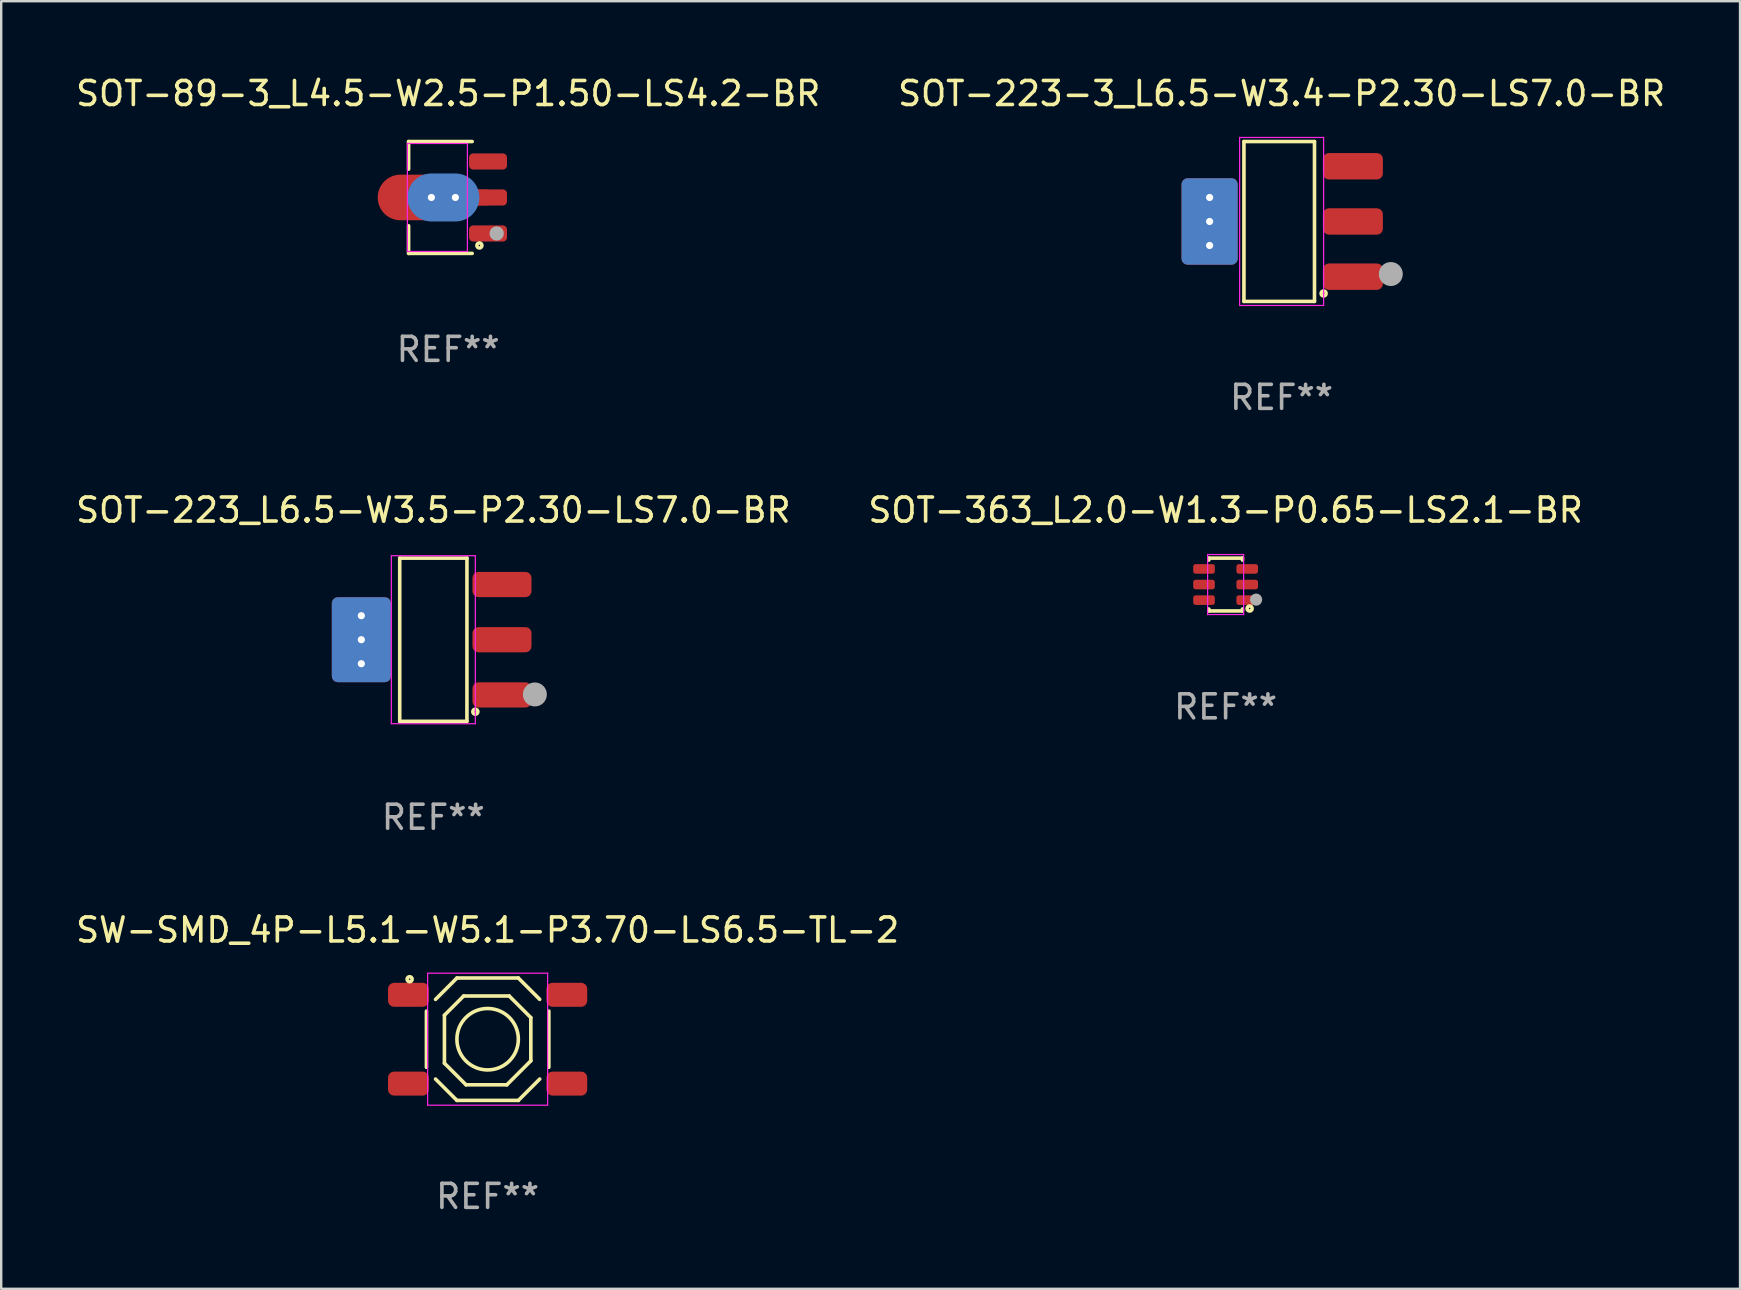
<source format=kicad_pcb>
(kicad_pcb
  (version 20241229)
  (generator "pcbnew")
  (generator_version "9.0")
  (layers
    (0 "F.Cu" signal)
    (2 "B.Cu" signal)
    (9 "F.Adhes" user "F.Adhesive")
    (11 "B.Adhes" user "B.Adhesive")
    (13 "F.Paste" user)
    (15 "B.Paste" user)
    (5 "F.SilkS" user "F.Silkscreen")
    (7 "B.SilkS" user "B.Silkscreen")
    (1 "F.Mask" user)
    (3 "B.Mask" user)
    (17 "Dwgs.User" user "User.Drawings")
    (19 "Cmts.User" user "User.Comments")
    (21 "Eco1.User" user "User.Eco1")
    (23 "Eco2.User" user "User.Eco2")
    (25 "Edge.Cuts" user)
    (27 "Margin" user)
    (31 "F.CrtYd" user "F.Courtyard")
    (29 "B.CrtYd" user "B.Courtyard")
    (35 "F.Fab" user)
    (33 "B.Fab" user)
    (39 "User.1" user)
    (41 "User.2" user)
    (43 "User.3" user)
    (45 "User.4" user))
  (footprint "SOT-89-3_L4.5-W2.5-P1.50-LS4.2-BR"
    (layer "F.Cu")
    (at 15.925 5.178)
    (property "Reference" "SOT-89-3_L4.5-W2.5-P1.50-LS4.2-BR" (at -0.3 -4.33 0) (layer "F.SilkS") (effects (font (size 1 1) (thickness 0.15))))
    (attr smd)
    (fp_line (start -1.95 -2.33) (end -1.95 -1.18) (stroke (width 0.15) (type solid)) (layer "F.SilkS"))
    (fp_line (start -1.95 2.33) (end -1.95 1.18) (stroke (width 0.15) (type solid)) (layer "F.SilkS"))
    (fp_line (start 0.7 -2.33) (end -1.95 -2.33) (stroke (width 0.15) (type solid)) (layer "F.SilkS"))
    (fp_line (start 0.7 2.33) (end -1.95 2.33) (stroke (width 0.15) (type solid)) (layer "F.SilkS"))
    (fp_circle (center 1 2) (end 1.03 2) (stroke (width 0.15) (type solid)) (fill no) (layer "F.SilkS"))
    (fp_line (start -2 -2.25) (end -2 2.25) (stroke (width 0.05) (type default)) (layer "F.CrtYd"))
    (fp_line (start -2 2.25) (end 0.5 2.25) (stroke (width 0.05) (type default)) (layer "F.CrtYd"))
    (fp_line (start 0.5 -2.25) (end -2 -2.25) (stroke (width 0.05) (type default)) (layer "F.CrtYd"))
    (fp_line (start 0.5 2.25) (end 0.5 -2.25) (stroke (width 0.05) (type default)) (layer "F.CrtYd"))
    (fp_circle (center 1.72 1.5) (end 1.87 1.5) (stroke (width 0.3) (type solid)) (fill no) (layer "F.Fab"))
    (fp_text user "REF**" (at -0.3 6.33 0) (layer "F.Fab") (effects (font (size 1 1) (thickness 0.15))))
    (pad "1" smd roundrect (at 1.36 1.5) (size 1.58 0.67) (layers "F.Cu" "F.Mask" "F.Paste") (roundrect_rratio 0.25))
    (pad "2" smd custom (at -1.36 0) (size 0.1 0.1) (layers "F.Cu" "F.Mask" "F.Paste") (options (anchor circle)) (primitives (gr_poly (pts (xy -0.927 -0.95) (xy 0.927 -0.95) (xy 0.972 -0.949) (xy 1.016 -0.946) (xy 1.06 -0.941) (xy 1.104 -0.933) (xy 1.148 -0.924) (xy 1.191 -0.913) (xy 1.233 -0.899) (xy 1.275 -0.884) (xy 1.316 -0.867) (xy 1.357 -0.847) (xy 1.396 -0.826) (xy 1.434 -0.803) (xy 1.471 -0.779) (xy 1.507 -0.753) (xy 1.542 -0.725) (xy 1.575 -0.695) (xy 1.607 -0.664) (xy 1.637 -0.631) (xy 1.666 -0.597) (xy 1.693 -0.562) (xy 1.719 -0.525) (xy 1.742 -0.488) (xy 1.764 -0.449) (xy 1.785 -0.409) (xy 1.803 -0.33) (xy 2.7 -0.33) (xy 2.7 0.33) (xy 1.803 0.33) (xy 1.785 0.409) (xy 1.764 0.449) (xy 1.742 0.488) (xy 1.719 0.526) (xy 1.693 0.562) (xy 1.666 0.597) (xy 1.637 0.631) (xy 1.607 0.664) (xy 1.575 0.695) (xy 1.542 0.725) (xy 1.507 0.753) (xy 1.471 0.779) (xy 1.434 0.804) (xy 1.396 0.826) (xy 1.357 0.848) (xy 1.316 0.867) (xy 1.275 0.884) (xy 1.233 0.899) (xy 1.191 0.913) (xy 1.148 0.924) (xy 1.104 0.933) (xy 1.06 0.941) (xy 1.016 0.946) (xy 0.972 0.949) (xy 0.927 0.95) (xy -0.927 0.95) (xy -0.972 0.949) (xy -1.016 0.946) (xy -1.06 0.941) (xy -1.104 0.933) (xy -1.148 0.924) (xy -1.191 0.913) (xy -1.233 0.899) (xy -1.275 0.884) (xy -1.316 0.867) (xy -1.356 0.848) (xy -1.396 0.826) (xy -1.434 0.804) (xy -1.471 0.779) (xy -1.507 0.753) (xy -1.541 0.725) (xy -1.575 0.695) (xy -1.607 0.664) (xy -1.637 0.631) (xy -1.666 0.597) (xy -1.693 0.562) (xy -1.718 0.526) (xy -1.742 0.488) (xy -1.764 0.449) (xy -1.784 0.409) (xy -1.803 0.369) (xy -1.819 0.327) (xy -1.833 0.285) (xy -1.846 0.242) (xy -1.856 0.199) (xy -1.864 0.155) (xy -1.87 0.111) (xy -1.875 0.067) (xy -1.877 0.022) (xy -1.877 -0.022) (xy -1.875 -0.067) (xy -1.87 -0.111) (xy -1.864 -0.155) (xy -1.856 -0.199) (xy -1.846 -0.242) (xy -1.833 -0.285) (xy -1.819 -0.327) (xy -1.803 -0.369) (xy -1.784 -0.409) (xy -1.764 -0.449) (xy -1.742 -0.488) (xy -1.718 -0.525) (xy -1.693 -0.562) (xy -1.666 -0.597) (xy -1.637 -0.631) (xy -1.607 -0.664) (xy -1.575 -0.695) (xy -1.541 -0.725) (xy -1.507 -0.753) (xy -1.471 -0.779) (xy -1.434 -0.803) (xy -1.396 -0.826) (xy -1.356 -0.847) (xy -1.316 -0.867) (xy -1.275 -0.884) (xy -1.233 -0.899) (xy -1.191 -0.913) (xy -1.148 -0.924) (xy -1.104 -0.933) (xy -1.06 -0.941) (xy -1.016 -0.946) (xy -0.972 -0.949) (xy -0.927 -0.95)) (width 0) (fill yes))))
    (pad "2" thru_hole circle (at -1 0) (size 0.5 0.5) (drill 0.3) (layers "*.Cu" "F.Mask"))
    (pad "2" smd oval (at -0.5 0) (size 3 2) (layers "B.Cu"))
    (pad "2" thru_hole circle (at 0 0) (size 0.5 0.5) (drill 0.3) (layers "*.Cu" "F.Mask"))
    (pad "2" smd roundrect (at 1.36 0) (size 1.58 0.67) (layers "F.Cu" "F.Mask" "F.Paste") (roundrect_rratio 0.25))
    (pad "3" smd roundrect (at 1.36 -1.5) (size 1.58 0.67) (layers "F.Cu" "F.Mask" "F.Paste") (roundrect_rratio 0.25)))
  (footprint "SOT-363_L2.0-W1.3-P0.65-LS2.1-BR"
    (layer "F.Cu")
    (at 48.018 21.305)
    (property "Reference" "SOT-363_L2.0-W1.3-P0.65-LS2.1-BR" (at 0 -3.1 0) (layer "F.SilkS") (effects (font (size 1 1) (thickness 0.15))))
    (attr smd)
    (fp_line (start -0.7 -1.02) (end -0.7 -1.1) (stroke (width 0.15) (type solid)) (layer "F.SilkS"))
    (fp_line (start -0.7 1.1) (end -0.7 1.02) (stroke (width 0.15) (type solid)) (layer "F.SilkS"))
    (fp_line (start 0.7 -1.1) (end -0.7 -1.1) (stroke (width 0.15) (type solid)) (layer "F.SilkS"))
    (fp_line (start 0.7 -1.02) (end 0.7 -1.1) (stroke (width 0.15) (type solid)) (layer "F.SilkS"))
    (fp_line (start 0.7 1.1) (end -0.7 1.1) (stroke (width 0.15) (type solid)) (layer "F.SilkS"))
    (fp_line (start 0.7 1.1) (end 0.7 1.02) (stroke (width 0.15) (type solid)) (layer "F.SilkS"))
    (fp_circle (center 1 1) (end 1.03 1) (stroke (width 0.15) (type solid)) (fill no) (layer "F.SilkS"))
    (fp_line (start -0.75 -1.25) (end -0.75 1.25) (stroke (width 0.05) (type default)) (layer "F.CrtYd"))
    (fp_line (start -0.75 1.25) (end 0.75 1.25) (stroke (width 0.05) (type default)) (layer "F.CrtYd"))
    (fp_line (start 0.75 -1.25) (end -0.75 -1.25) (stroke (width 0.05) (type default)) (layer "F.CrtYd"))
    (fp_line (start 0.75 1.25) (end 0.75 -1.25) (stroke (width 0.05) (type default)) (layer "F.CrtYd"))
    (fp_circle (center 1.27 0.63) (end 1.4 0.63) (stroke (width 0.25) (type solid)) (fill no) (layer "F.Fab"))
    (fp_text user "REF**" (at 0 5.1 0) (layer "F.Fab") (effects (font (size 1 1) (thickness 0.15))))
    (pad "1" smd roundrect (at 0.9 0.65 90) (size 0.4 0.9) (layers "F.Cu" "F.Mask" "F.Paste") (roundrect_rratio 0.25))
    (pad "2" smd roundrect (at 0.9 0 90) (size 0.4 0.9) (layers "F.Cu" "F.Mask" "F.Paste") (roundrect_rratio 0.25))
    (pad "3" smd roundrect (at 0.9 -0.65 90) (size 0.4 0.9) (layers "F.Cu" "F.Mask" "F.Paste") (roundrect_rratio 0.25))
    (pad "4" smd roundrect (at -0.9 -0.65 90) (size 0.4 0.9) (layers "F.Cu" "F.Mask" "F.Paste") (roundrect_rratio 0.25))
    (pad "5" smd roundrect (at -0.9 0 90) (size 0.4 0.9) (layers "F.Cu" "F.Mask" "F.Paste") (roundrect_rratio 0.25))
    (pad "6" smd roundrect (at -0.9 0.65 90) (size 0.4 0.9) (layers "F.Cu" "F.Mask" "F.Paste") (roundrect_rratio 0.25)))
  (footprint "SOT-223-3_L6.5-W3.4-P2.30-LS7.0-BR"
    (layer "F.Cu")
    (at 50.351 6.178)
    (property "Reference" "SOT-223-3_L6.5-W3.4-P2.30-LS7.0-BR" (at 0 -5.33 0) (layer "F.SilkS") (effects (font (size 1 1) (thickness 0.15))))
    (attr through_hole)
    (fp_line (start -1.57 -3.33) (end 1.37 -3.33) (stroke (width 0.15) (type solid)) (layer "F.SilkS"))
    (fp_line (start -1.57 3.33) (end -1.57 -3.33) (stroke (width 0.15) (type solid)) (layer "F.SilkS"))
    (fp_line (start 1.37 -3.33) (end 1.37 3.33) (stroke (width 0.15) (type solid)) (layer "F.SilkS"))
    (fp_line (start 1.37 3.33) (end -1.57 3.33) (stroke (width 0.15) (type solid)) (layer "F.SilkS"))
    (fp_circle (center 1.75 3) (end 1.78 3) (stroke (width 0.15) (type solid)) (fill no) (layer "F.SilkS"))
    (fp_line (start -1.75 -3.5) (end 1.75 -3.5) (stroke (width 0.05) (type default)) (layer "F.CrtYd"))
    (fp_line (start -1.75 3.5) (end -1.75 -3.5) (stroke (width 0.05) (type default)) (layer "F.CrtYd"))
    (fp_line (start 1.75 -3.5) (end 1.75 3.5) (stroke (width 0.05) (type default)) (layer "F.CrtYd"))
    (fp_line (start 1.75 3.5) (end -1.75 3.5) (stroke (width 0.05) (type default)) (layer "F.CrtYd"))
    (fp_circle (center 4.55 2.19) (end 4.8 2.19) (stroke (width 0.5) (type solid)) (fill no) (layer "F.Fab"))
    (fp_text user "REF**" (at 0 7.33 0) (layer "F.Fab") (effects (font (size 1 1) (thickness 0.15))))
    (pad "1" smd roundrect (at 2.97 2.3) (size 2.5 1.1) (layers "F.Cu" "F.Mask" "F.Paste") (roundrect_rratio 0.227))
    (pad "2" smd roundrect (at 2.97 0) (size 2.5 1.1) (layers "F.Cu" "F.Mask" "F.Paste") (roundrect_rratio 0.227))
    (pad "3" smd roundrect (at 2.97 -2.3) (size 2.5 1.1) (layers "F.Cu" "F.Mask" "F.Paste") (roundrect_rratio 0.227))
    (pad "4" thru_hole circle (at -3 -1) (size 0.5 0.5) (drill 0.3) (layers "*.Cu" "F.Mask"))
    (pad "4" thru_hole circle (at -3 0) (size 0.5 0.5) (drill 0.3) (layers "*.Cu" "F.Mask"))
    (pad "4" smd roundrect (at -3 0) (size 2.34 3.6) (layers "F.Cu" "F.Mask" "F.Paste") (roundrect_rratio 0.107))
    (pad "4" smd roundrect (at -3 0) (size 2.34 3.6) (layers "B.Cu") (roundrect_rratio 0.107))
    (pad "4" thru_hole circle (at -3 1) (size 0.5 0.5) (drill 0.3) (layers "*.Cu" "F.Mask")))
  (footprint "SW-SMD_4P-L5.1-W5.1-P3.70-LS6.5-TL-2"
    (layer "F.Cu")
    (at 17.268 40.251)
    (property "Reference" "SW-SMD_4P-L5.1-W5.1-P3.70-LS6.5-TL-2" (at 0 -4.55 0) (layer "F.SilkS") (effects (font (size 1 1) (thickness 0.15))))
    (attr smd)
    (fp_line (start -2.55 -1.17) (end -2.55 1.17) (stroke (width 0.15) (type solid)) (layer "F.SilkS"))
    (fp_line (start -2.17 1.66) (end -1.28 2.55) (stroke (width 0.15) (type solid)) (layer "F.SilkS"))
    (fp_line (start -1.8 -1) (end -1 -1.8) (stroke (width 0.15) (type solid)) (layer "F.SilkS"))
    (fp_line (start -1.8 1) (end -1.8 -1) (stroke (width 0.15) (type solid)) (layer "F.SilkS"))
    (fp_line (start -1.28 -2.55) (end -2.17 -1.66) (stroke (width 0.15) (type solid)) (layer "F.SilkS"))
    (fp_line (start -1.28 -2.55) (end 1.28 -2.55) (stroke (width 0.15) (type solid)) (layer "F.SilkS"))
    (fp_line (start -1.28 2.55) (end 1.28 2.55) (stroke (width 0.15) (type solid)) (layer "F.SilkS"))
    (fp_line (start -1 -1.8) (end 0.9 -1.8) (stroke (width 0.15) (type solid)) (layer "F.SilkS"))
    (fp_line (start -0.9 1.9) (end -1.8 1) (stroke (width 0.15) (type solid)) (layer "F.SilkS"))
    (fp_line (start 0.8 1.9) (end -0.9 1.9) (stroke (width 0.15) (type solid)) (layer "F.SilkS"))
    (fp_line (start 0.9 -1.8) (end 1.8 -0.9) (stroke (width 0.15) (type solid)) (layer "F.SilkS"))
    (fp_line (start 1.28 -2.55) (end 2.17 -1.66) (stroke (width 0.15) (type solid)) (layer "F.SilkS"))
    (fp_line (start 1.8 -0.9) (end 1.8 0.9) (stroke (width 0.15) (type solid)) (layer "F.SilkS"))
    (fp_line (start 1.8 0.9) (end 0.8 1.9) (stroke (width 0.15) (type solid)) (layer "F.SilkS"))
    (fp_line (start 2.17 1.66) (end 1.28 2.55) (stroke (width 0.15) (type solid)) (layer "F.SilkS"))
    (fp_line (start 2.55 -1.17) (end 2.55 1.17) (stroke (width 0.15) (type solid)) (layer "F.SilkS"))
    (fp_circle (center -3.25 -2.5) (end -3.22 -2.5) (stroke (width 0.15) (type solid)) (fill no) (layer "F.SilkS"))
    (fp_circle (center 0 0) (end 1.28 0) (stroke (width 0.15) (type solid)) (fill no) (layer "F.SilkS"))
    (fp_line (start -2.5 -2.75) (end 2.5 -2.75) (stroke (width 0.05) (type default)) (layer "F.CrtYd"))
    (fp_line (start -2.5 2.75) (end -2.5 -2.75) (stroke (width 0.05) (type default)) (layer "F.CrtYd"))
    (fp_line (start 2.5 -2.75) (end 2.5 2.75) (stroke (width 0.05) (type default)) (layer "F.CrtYd"))
    (fp_line (start 2.5 2.75) (end -2.5 2.75) (stroke (width 0.05) (type default)) (layer "F.CrtYd"))
    (fp_text user "REF**" (at 0 6.55 0) (layer "F.Fab") (effects (font (size 1 1) (thickness 0.15))))
    (pad "1" smd roundrect (at -3.3 -1.85) (size 1.7 1) (layers "F.Cu" "F.Mask" "F.Paste") (roundrect_rratio 0.25))
    (pad "2" smd roundrect (at 3.3 -1.85) (size 1.7 1) (layers "F.Cu" "F.Mask" "F.Paste") (roundrect_rratio 0.25))
    (pad "3" smd roundrect (at -3.3 1.85) (size 1.7 1) (layers "F.Cu" "F.Mask" "F.Paste") (roundrect_rratio 0.25))
    (pad "4" smd roundrect (at 3.3 1.85) (size 1.7 1) (layers "F.Cu" "F.Mask" "F.Paste") (roundrect_rratio 0.25)))
  (footprint "SOT-223_L6.5-W3.5-P2.30-LS7.0-BR"
    (layer "F.Cu")
    (at 15.006 23.605)
    (property "Reference" "SOT-223_L6.5-W3.5-P2.30-LS7.0-BR" (at 0 -5.4 0) (layer "F.SilkS") (effects (font (size 1 1) (thickness 0.15))))
    (attr through_hole)
    (fp_line (start -1.4 -3.4) (end 1.4 -3.4) (stroke (width 0.15) (type solid)) (layer "F.SilkS"))
    (fp_line (start -1.4 3.4) (end -1.4 -3.4) (stroke (width 0.15) (type solid)) (layer "F.SilkS"))
    (fp_line (start 1.4 -3.4) (end 1.4 3.4) (stroke (width 0.15) (type solid)) (layer "F.SilkS"))
    (fp_line (start 1.4 3.4) (end -1.4 3.4) (stroke (width 0.15) (type solid)) (layer "F.SilkS"))
    (fp_circle (center 1.75 3) (end 1.78 3) (stroke (width 0.15) (type solid)) (fill no) (layer "F.SilkS"))
    (fp_line (start -1.75 -3.5) (end 1.75 -3.5) (stroke (width 0.05) (type default)) (layer "F.CrtYd"))
    (fp_line (start -1.75 3.5) (end -1.75 -3.5) (stroke (width 0.05) (type default)) (layer "F.CrtYd"))
    (fp_line (start 1.75 -3.5) (end 1.75 3.5) (stroke (width 0.05) (type default)) (layer "F.CrtYd"))
    (fp_line (start 1.75 3.5) (end -1.75 3.5) (stroke (width 0.05) (type default)) (layer "F.CrtYd"))
    (fp_circle (center 4.23 2.28) (end 4.48 2.28) (stroke (width 0.5) (type solid)) (fill no) (layer "F.Fab"))
    (fp_text user "REF**" (at 0 7.4 0) (layer "F.Fab") (effects (font (size 1 1) (thickness 0.15))))
    (pad "1" smd roundrect (at 2.86 2.3) (size 2.46 1.05) (layers "F.Cu" "F.Mask" "F.Paste") (roundrect_rratio 0.238))
    (pad "2" smd roundrect (at 2.86 0) (size 2.46 1.05) (layers "F.Cu" "F.Mask" "F.Paste") (roundrect_rratio 0.238))
    (pad "3" smd roundrect (at 2.86 -2.3) (size 2.46 1.05) (layers "F.Cu" "F.Mask" "F.Paste") (roundrect_rratio 0.238))
    (pad "4" thru_hole circle (at -3 -1) (size 0.5 0.5) (drill 0.3) (layers "*.Cu" "F.Mask"))
    (pad "4" thru_hole circle (at -3 0) (size 0.5 0.5) (drill 0.3) (layers "*.Cu" "F.Mask"))
    (pad "4" smd roundrect (at -3 0) (size 2.46 3.54) (layers "F.Cu" "F.Mask" "F.Paste") (roundrect_rratio 0.102))
    (pad "4" smd roundrect (at -3 0) (size 2.46 3.54) (layers "B.Cu") (roundrect_rratio 0.102))
    (pad "4" thru_hole circle (at -3 1) (size 0.5 0.5) (drill 0.3) (layers "*.Cu" "F.Mask")))
  (gr_rect
    (start -3 -3)
    (end 69.452 50.65)
    (stroke (width 0.1) (type default))
    (fill no)
    (layer "Edge.Cuts")))
</source>
